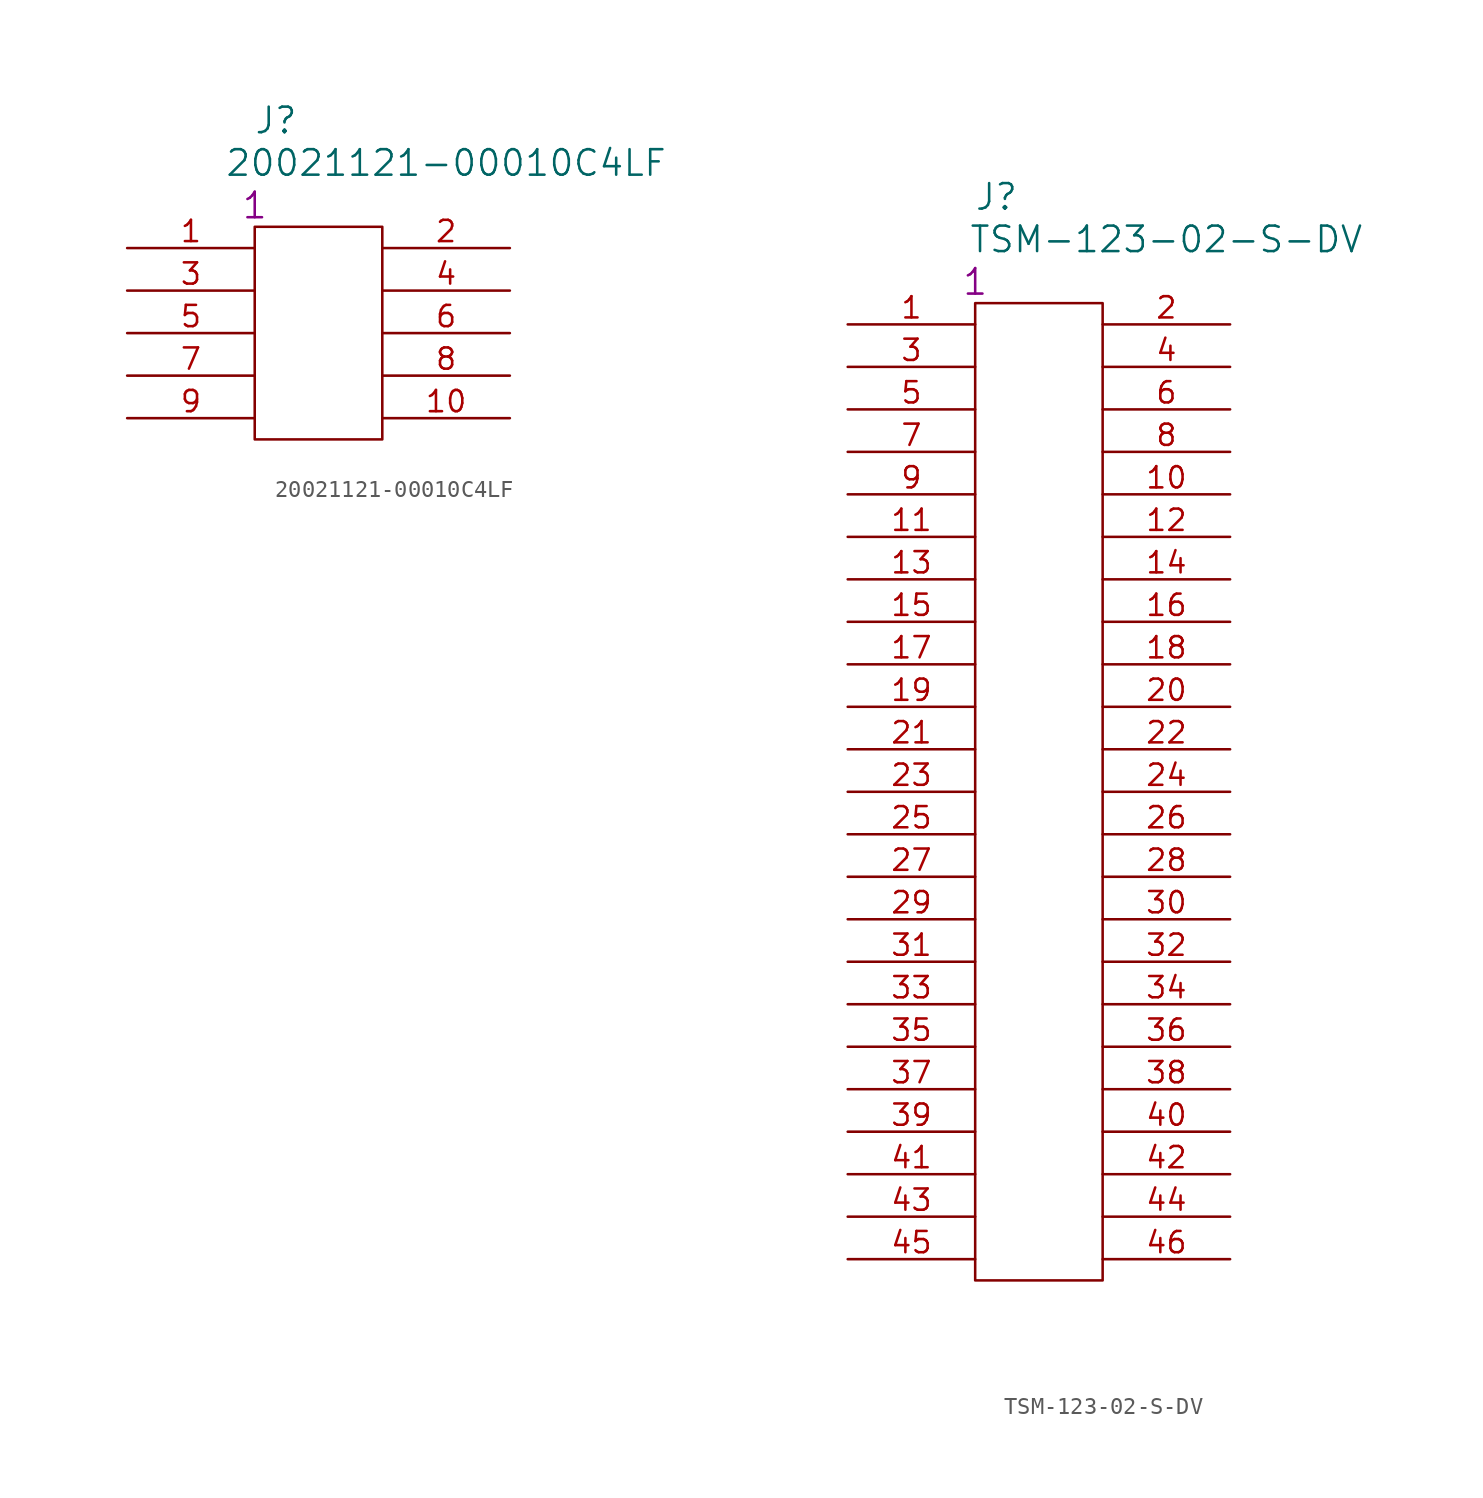
<source format=kicad_sym>
(kicad_symbol_lib
  (version 20201005)
  (generator kicad_symbol_editor)
  (symbol "20021121-00010C4LF"
    (pin_names
      (offset 1.016) hide)
    (property "Reference" "J"
      (at 8.89 7.62 0)
      (effects (font (size 1.524 1.524))))
    (property "Value" "20021121-00010C4LF"
      (at 19.05 5.08 0)
      (effects (font (size 1.524 1.524))))
    (property "Datasheet" ""
      (at 0 0 0)
      (effects (font (size 1.524 1.524))))
    (property "Qty" "1"
      (at 7.62 2.54 0)
      (effects (font (size 1.524 1.524))))
    (symbol "20021121-00010C4LF_0_1"
      (rectangle (start 7.62 1.27) (end 15.24 -11.43) (stroke (width 0)) (fill (type none))))
    (symbol "20021121-00010C4LF_1_1"
      (pin passive line (at 0 0 0) (length 7.62) (name "1" (effects (font (size 1.27 1.27)))) (number "1" (effects (font (size 1.27 1.27)))))
      (pin passive line (at 22.86 0 180) (length 7.62) (name "2" (effects (font (size 1.27 1.27)))) (number "2" (effects (font (size 1.27 1.27)))))
      (pin passive line (at 0 -2.54 0) (length 7.62) (name "3" (effects (font (size 1.27 1.27)))) (number "3" (effects (font (size 1.27 1.27)))))
      (pin passive line (at 22.86 -2.54 180) (length 7.62) (name "4" (effects (font (size 1.27 1.27)))) (number "4" (effects (font (size 1.27 1.27)))))
      (pin passive line (at 0 -5.08 0) (length 7.62) (name "5" (effects (font (size 1.27 1.27)))) (number "5" (effects (font (size 1.27 1.27)))))
      (pin passive line (at 22.86 -5.08 180) (length 7.62) (name "6" (effects (font (size 1.27 1.27)))) (number "6" (effects (font (size 1.27 1.27)))))
      (pin passive line (at 0 -7.62 0) (length 7.62) (name "7" (effects (font (size 1.27 1.27)))) (number "7" (effects (font (size 1.27 1.27)))))
      (pin passive line (at 22.86 -7.62 180) (length 7.62) (name "8" (effects (font (size 1.27 1.27)))) (number "8" (effects (font (size 1.27 1.27)))))
      (pin passive line (at 0 -10.16 0) (length 7.62) (name "9" (effects (font (size 1.27 1.27)))) (number "9" (effects (font (size 1.27 1.27)))))
      (pin passive line (at 22.86 -10.16 180) (length 7.62) (name "10" (effects (font (size 1.27 1.27)))) (number "10" (effects (font (size 1.27 1.27)))))))
  (symbol "TSM-123-02-S-DV"
    (pin_names
      (offset 1.016) hide)
    (property "Reference" "J"
      (at 8.89 7.62 0)
      (effects (font (size 1.524 1.524))))
    (property "Value" "TSM-123-02-S-DV"
      (at 19.05 5.08 0)
      (effects (font (size 1.524 1.524))))
    (property "Datasheet" ""
      (at 0 0 0)
      (effects (font (size 1.524 1.524))))
    (property "Qty" "1"
      (at 7.62 2.54 0)
      (effects (font (size 1.524 1.524))))
    (symbol "TSM-123-02-S-DV_0_1"
      (rectangle (start 7.62 1.27) (end 15.24 -57.15) (stroke (width 0)) (fill (type none))))
    (symbol "TSM-123-02-S-DV_1_1"
      (pin passive line (at 0 0 0) (length 7.62) (name "1" (effects (font (size 1.27 1.27)))) (number "1" (effects (font (size 1.27 1.27)))))
      (pin passive line (at 22.86 0 180) (length 7.62) (name "2" (effects (font (size 1.27 1.27)))) (number "2" (effects (font (size 1.27 1.27)))))
      (pin passive line (at 0 -2.54 0) (length 7.62) (name "3" (effects (font (size 1.27 1.27)))) (number "3" (effects (font (size 1.27 1.27)))))
      (pin passive line (at 22.86 -2.54 180) (length 7.62) (name "4" (effects (font (size 1.27 1.27)))) (number "4" (effects (font (size 1.27 1.27)))))
      (pin passive line (at 0 -5.08 0) (length 7.62) (name "5" (effects (font (size 1.27 1.27)))) (number "5" (effects (font (size 1.27 1.27)))))
      (pin passive line (at 22.86 -5.08 180) (length 7.62) (name "6" (effects (font (size 1.27 1.27)))) (number "6" (effects (font (size 1.27 1.27)))))
      (pin passive line (at 0 -7.62 0) (length 7.62) (name "7" (effects (font (size 1.27 1.27)))) (number "7" (effects (font (size 1.27 1.27)))))
      (pin passive line (at 22.86 -7.62 180) (length 7.62) (name "8" (effects (font (size 1.27 1.27)))) (number "8" (effects (font (size 1.27 1.27)))))
      (pin passive line (at 0 -10.16 0) (length 7.62) (name "9" (effects (font (size 1.27 1.27)))) (number "9" (effects (font (size 1.27 1.27)))))
      (pin passive line (at 22.86 -10.16 180) (length 7.62) (name "10" (effects (font (size 1.27 1.27)))) (number "10" (effects (font (size 1.27 1.27)))))
      (pin passive line (at 22.86 -22.86 180) (length 7.62) (name "20" (effects (font (size 1.27 1.27)))) (number "20" (effects (font (size 1.27 1.27)))))
      (pin passive line (at 22.86 -35.56 180) (length 7.62) (name "30" (effects (font (size 1.27 1.27)))) (number "30" (effects (font (size 1.27 1.27)))))
      (pin passive line (at 22.86 -48.26 180) (length 7.62) (name "40" (effects (font (size 1.27 1.27)))) (number "40" (effects (font (size 1.27 1.27)))))
      (pin passive line (at 0 -12.7 0) (length 7.62) (name "11" (effects (font (size 1.27 1.27)))) (number "11" (effects (font (size 1.27 1.27)))))
      (pin passive line (at 0 -25.4 0) (length 7.62) (name "21" (effects (font (size 1.27 1.27)))) (number "21" (effects (font (size 1.27 1.27)))))
      (pin passive line (at 0 -38.1 0) (length 7.62) (name "31" (effects (font (size 1.27 1.27)))) (number "31" (effects (font (size 1.27 1.27)))))
      (pin passive line (at 0 -50.8 0) (length 7.62) (name "41" (effects (font (size 1.27 1.27)))) (number "41" (effects (font (size 1.27 1.27)))))
      (pin passive line (at 22.86 -12.7 180) (length 7.62) (name "12" (effects (font (size 1.27 1.27)))) (number "12" (effects (font (size 1.27 1.27)))))
      (pin passive line (at 22.86 -25.4 180) (length 7.62) (name "22" (effects (font (size 1.27 1.27)))) (number "22" (effects (font (size 1.27 1.27)))))
      (pin passive line (at 22.86 -38.1 180) (length 7.62) (name "32" (effects (font (size 1.27 1.27)))) (number "32" (effects (font (size 1.27 1.27)))))
      (pin passive line (at 22.86 -50.8 180) (length 7.62) (name "42" (effects (font (size 1.27 1.27)))) (number "42" (effects (font (size 1.27 1.27)))))
      (pin passive line (at 0 -15.24 0) (length 7.62) (name "13" (effects (font (size 1.27 1.27)))) (number "13" (effects (font (size 1.27 1.27)))))
      (pin passive line (at 0 -27.94 0) (length 7.62) (name "23" (effects (font (size 1.27 1.27)))) (number "23" (effects (font (size 1.27 1.27)))))
      (pin passive line (at 0 -40.64 0) (length 7.62) (name "33" (effects (font (size 1.27 1.27)))) (number "33" (effects (font (size 1.27 1.27)))))
      (pin passive line (at 0 -53.34 0) (length 7.62) (name "43" (effects (font (size 1.27 1.27)))) (number "43" (effects (font (size 1.27 1.27)))))
      (pin passive line (at 22.86 -15.24 180) (length 7.62) (name "14" (effects (font (size 1.27 1.27)))) (number "14" (effects (font (size 1.27 1.27)))))
      (pin passive line (at 22.86 -27.94 180) (length 7.62) (name "24" (effects (font (size 1.27 1.27)))) (number "24" (effects (font (size 1.27 1.27)))))
      (pin passive line (at 22.86 -40.64 180) (length 7.62) (name "34" (effects (font (size 1.27 1.27)))) (number "34" (effects (font (size 1.27 1.27)))))
      (pin passive line (at 22.86 -53.34 180) (length 7.62) (name "44" (effects (font (size 1.27 1.27)))) (number "44" (effects (font (size 1.27 1.27)))))
      (pin passive line (at 0 -17.78 0) (length 7.62) (name "15" (effects (font (size 1.27 1.27)))) (number "15" (effects (font (size 1.27 1.27)))))
      (pin passive line (at 0 -30.48 0) (length 7.62) (name "25" (effects (font (size 1.27 1.27)))) (number "25" (effects (font (size 1.27 1.27)))))
      (pin passive line (at 0 -43.18 0) (length 7.62) (name "35" (effects (font (size 1.27 1.27)))) (number "35" (effects (font (size 1.27 1.27)))))
      (pin passive line (at 0 -55.88 0) (length 7.62) (name "45" (effects (font (size 1.27 1.27)))) (number "45" (effects (font (size 1.27 1.27)))))
      (pin passive line (at 22.86 -17.78 180) (length 7.62) (name "16" (effects (font (size 1.27 1.27)))) (number "16" (effects (font (size 1.27 1.27)))))
      (pin passive line (at 22.86 -30.48 180) (length 7.62) (name "26" (effects (font (size 1.27 1.27)))) (number "26" (effects (font (size 1.27 1.27)))))
      (pin passive line (at 22.86 -43.18 180) (length 7.62) (name "36" (effects (font (size 1.27 1.27)))) (number "36" (effects (font (size 1.27 1.27)))))
      (pin passive line (at 22.86 -55.88 180) (length 7.62) (name "46" (effects (font (size 1.27 1.27)))) (number "46" (effects (font (size 1.27 1.27)))))
      (pin passive line (at 0 -20.32 0) (length 7.62) (name "17" (effects (font (size 1.27 1.27)))) (number "17" (effects (font (size 1.27 1.27)))))
      (pin passive line (at 0 -33.02 0) (length 7.62) (name "27" (effects (font (size 1.27 1.27)))) (number "27" (effects (font (size 1.27 1.27)))))
      (pin passive line (at 0 -45.72 0) (length 7.62) (name "37" (effects (font (size 1.27 1.27)))) (number "37" (effects (font (size 1.27 1.27)))))
      (pin passive line (at 22.86 -20.32 180) (length 7.62) (name "18" (effects (font (size 1.27 1.27)))) (number "18" (effects (font (size 1.27 1.27)))))
      (pin passive line (at 22.86 -33.02 180) (length 7.62) (name "28" (effects (font (size 1.27 1.27)))) (number "28" (effects (font (size 1.27 1.27)))))
      (pin passive line (at 22.86 -45.72 180) (length 7.62) (name "38" (effects (font (size 1.27 1.27)))) (number "38" (effects (font (size 1.27 1.27)))))
      (pin passive line (at 0 -22.86 0) (length 7.62) (name "19" (effects (font (size 1.27 1.27)))) (number "19" (effects (font (size 1.27 1.27)))))
      (pin passive line (at 0 -35.56 0) (length 7.62) (name "29" (effects (font (size 1.27 1.27)))) (number "29" (effects (font (size 1.27 1.27)))))
      (pin passive line (at 0 -48.26 0) (length 7.62) (name "39" (effects (font (size 1.27 1.27)))) (number "39" (effects (font (size 1.27 1.27))))))))
</source>
